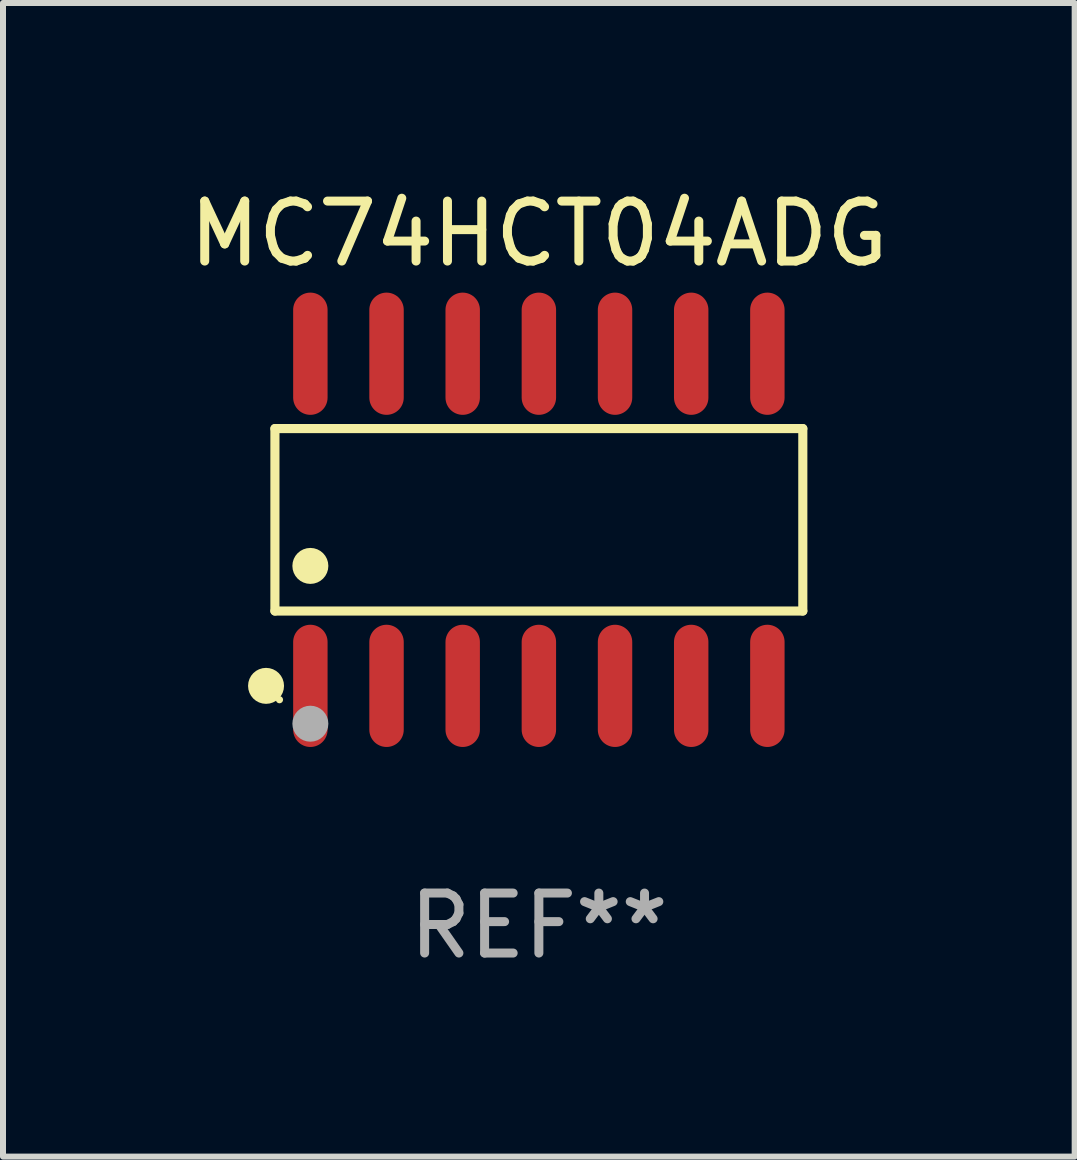
<source format=kicad_pcb>
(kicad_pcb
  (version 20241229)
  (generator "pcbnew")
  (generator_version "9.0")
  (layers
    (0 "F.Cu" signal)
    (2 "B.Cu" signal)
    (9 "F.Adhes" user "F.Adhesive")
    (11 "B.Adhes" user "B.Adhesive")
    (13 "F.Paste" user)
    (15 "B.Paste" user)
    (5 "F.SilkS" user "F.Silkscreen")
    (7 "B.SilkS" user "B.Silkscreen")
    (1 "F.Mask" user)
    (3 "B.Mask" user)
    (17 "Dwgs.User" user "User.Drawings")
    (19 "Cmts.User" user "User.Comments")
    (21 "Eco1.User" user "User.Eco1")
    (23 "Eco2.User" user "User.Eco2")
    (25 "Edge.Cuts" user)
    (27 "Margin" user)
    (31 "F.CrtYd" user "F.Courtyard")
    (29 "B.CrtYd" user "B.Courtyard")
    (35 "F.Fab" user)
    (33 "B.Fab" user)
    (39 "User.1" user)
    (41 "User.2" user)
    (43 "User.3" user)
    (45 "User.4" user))
  (footprint "MC74HCT04ADG"
    (layer "F.Cu")
    (at 5.935 5.617)
    (property "Reference" "MC74HCT04ADG" (at 0 -4.769 0) (layer "F.SilkS") (effects (font (size 1 1) (thickness 0.15))))
    (attr through_hole)
    (fp_line (start -4.401 -1.521) (end 4.401 -1.521) (stroke (width 0.152) (type solid)) (layer "F.SilkS"))
    (fp_line (start -4.401 1.521) (end -4.401 -1.521) (stroke (width 0.152) (type solid)) (layer "F.SilkS"))
    (fp_line (start 4.401 -1.521) (end 4.401 1.521) (stroke (width 0.152) (type solid)) (layer "F.SilkS"))
    (fp_line (start 4.401 1.521) (end -4.401 1.521) (stroke (width 0.152) (type solid)) (layer "F.SilkS"))
    (fp_circle (center -4.549 2.769) (end -4.399 2.769) (stroke (width 0.3) (type solid)) (fill no) (layer "F.SilkS"))
    (fp_circle (center -4.325 3) (end -4.295 3) (stroke (width 0.06) (type solid)) (fill no) (layer "F.SilkS"))
    (fp_circle (center -3.81 0.769) (end -3.66 0.769) (stroke (width 0.3) (type solid)) (fill no) (layer "F.SilkS"))
    (fp_circle (center -3.81 3.4) (end -3.66 3.4) (stroke (width 0.3) (type solid)) (fill no) (layer "F.Fab"))
    (fp_text user "REF**" (at 0 6.769 0) (layer "F.Fab") (effects (font (size 1 1) (thickness 0.15))))
    (pad "1" smd oval (at -3.81 2.769) (size 0.574 2.038) (layers "F.Cu" "F.Mask" "F.Paste"))
    (pad "2" smd oval (at -2.54 2.769) (size 0.574 2.038) (layers "F.Cu" "F.Mask" "F.Paste"))
    (pad "3" smd oval (at -1.27 2.769) (size 0.574 2.038) (layers "F.Cu" "F.Mask" "F.Paste"))
    (pad "4" smd oval (at 0 2.769) (size 0.574 2.038) (layers "F.Cu" "F.Mask" "F.Paste"))
    (pad "5" smd oval (at 1.27 2.769) (size 0.574 2.038) (layers "F.Cu" "F.Mask" "F.Paste"))
    (pad "6" smd oval (at 2.54 2.769) (size 0.574 2.038) (layers "F.Cu" "F.Mask" "F.Paste"))
    (pad "7" smd oval (at 3.81 2.769) (size 0.574 2.038) (layers "F.Cu" "F.Mask" "F.Paste"))
    (pad "8" smd oval (at 3.81 -2.769) (size 0.574 2.038) (layers "F.Cu" "F.Mask" "F.Paste"))
    (pad "9" smd oval (at 2.54 -2.769) (size 0.574 2.038) (layers "F.Cu" "F.Mask" "F.Paste"))
    (pad "10" smd oval (at 1.27 -2.769) (size 0.574 2.038) (layers "F.Cu" "F.Mask" "F.Paste"))
    (pad "11" smd oval (at 0 -2.769) (size 0.574 2.038) (layers "F.Cu" "F.Mask" "F.Paste"))
    (pad "12" smd oval (at -1.27 -2.769) (size 0.574 2.038) (layers "F.Cu" "F.Mask" "F.Paste"))
    (pad "13" smd oval (at -2.54 -2.769) (size 0.574 2.038) (layers "F.Cu" "F.Mask" "F.Paste"))
    (pad "14" smd oval (at -3.81 -2.769) (size 0.574 2.038) (layers "F.Cu" "F.Mask" "F.Paste")))
  (gr_rect
    (start -3 -3)
    (end 14.869 16.235)
    (stroke (width 0.1) (type default))
    (fill no)
    (layer "Edge.Cuts")))
</source>
